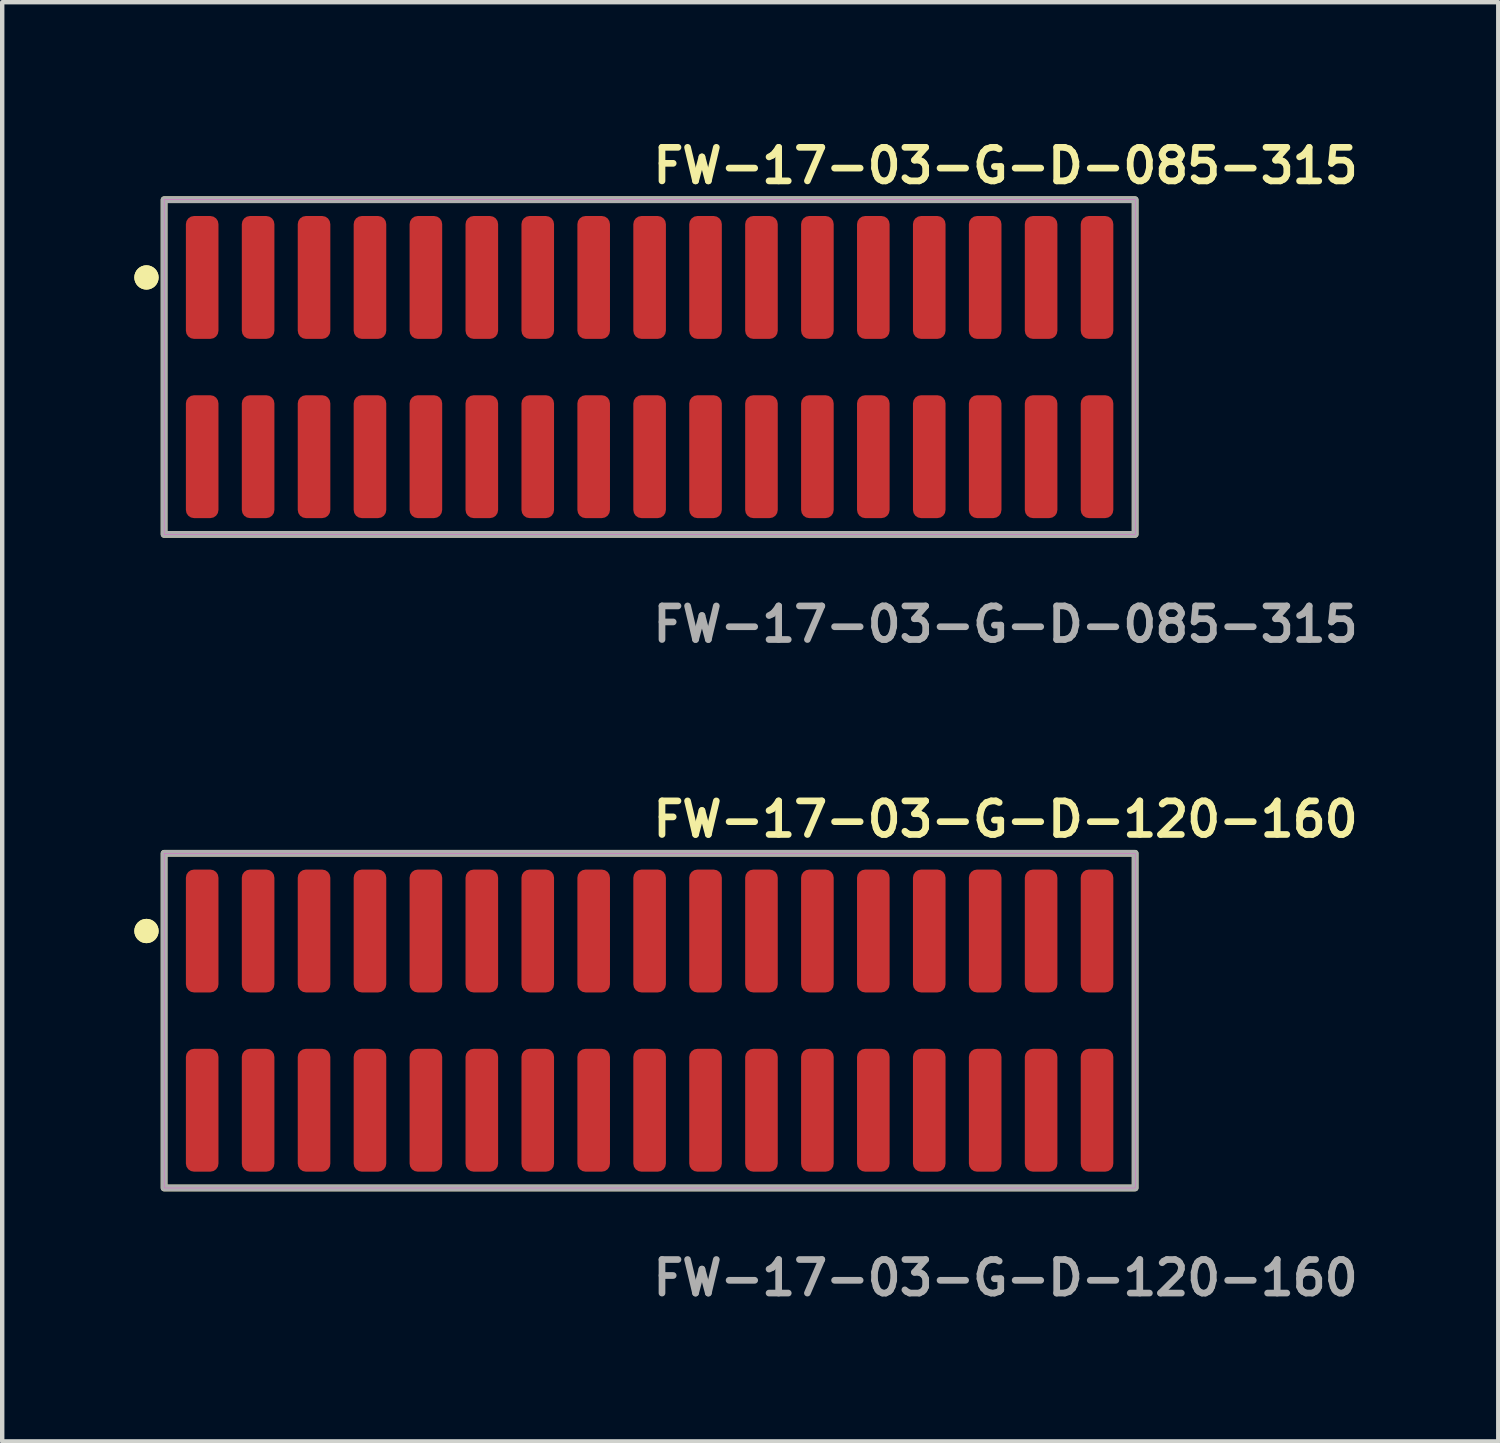
<source format=kicad_pcb>
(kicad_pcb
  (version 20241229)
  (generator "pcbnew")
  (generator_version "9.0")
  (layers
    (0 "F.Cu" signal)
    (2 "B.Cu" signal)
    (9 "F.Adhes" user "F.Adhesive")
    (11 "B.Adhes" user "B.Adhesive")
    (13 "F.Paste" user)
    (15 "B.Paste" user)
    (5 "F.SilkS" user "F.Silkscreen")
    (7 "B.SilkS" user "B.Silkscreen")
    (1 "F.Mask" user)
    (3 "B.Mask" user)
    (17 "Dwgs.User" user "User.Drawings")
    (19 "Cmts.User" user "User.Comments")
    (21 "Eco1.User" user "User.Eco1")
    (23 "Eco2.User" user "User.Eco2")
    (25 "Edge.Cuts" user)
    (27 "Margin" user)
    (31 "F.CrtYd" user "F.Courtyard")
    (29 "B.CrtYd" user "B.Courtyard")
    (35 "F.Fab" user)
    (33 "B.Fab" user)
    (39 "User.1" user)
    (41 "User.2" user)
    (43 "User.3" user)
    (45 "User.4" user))
  (footprint "FW-17-03-G-D-085-315"
    (layer "F.Cu")
    (at 11.701 5.285)
    (property "Reference" "FW-17-03-G-D-085-315" (at 0 -4.572 0) (unlocked yes) (layer "F.SilkS") (effects (font (size 0.762 0.762) (thickness 0.152)) (justify left)))
    (fp_rect (start -11.025 3.8) (end 11.025 -3.8) (stroke (width 0.152) (type solid)) (fill no) (layer "F.SilkS"))
    (fp_circle (center -11.425 -2.035) (end -11.625 -2.035) (stroke (width 0.152) (type solid)) (fill yes) (layer "F.SilkS"))
    (fp_circle (center -11.425 -2.035) (end -11.625 -2.035) (stroke (width 0.152) (type solid)) (fill yes) (layer "F.SilkS"))
    (fp_rect (start -11.025 3.8) (end 11.025 -3.8) (stroke (width 0.006) (type solid)) (fill no) (layer "F.CrtYd"))
    (fp_rect (start -11.025 3.8) (end 11.025 -3.8) (stroke (width 0.152) (type solid)) (fill no) (layer "F.Fab"))
    (fp_text user "${REFERENCE}" (at 0 5.842 0) (unlocked yes) (layer "F.Fab") (effects (font (size 0.762 0.762) (thickness 0.152)) (justify left)))
    (pad "1" smd roundrect (at -10.16 -2.035) (size 0.74 2.79) (layers "F.Cu" "F.Paste") (roundrect_rratio 0.25))
    (pad "2" smd roundrect (at -10.16 2.035) (size 0.74 2.79) (layers "F.Cu" "F.Paste") (roundrect_rratio 0.25))
    (pad "3" smd roundrect (at -8.89 -2.035) (size 0.74 2.79) (layers "F.Cu" "F.Paste") (roundrect_rratio 0.25))
    (pad "4" smd roundrect (at -8.89 2.035) (size 0.74 2.79) (layers "F.Cu" "F.Paste") (roundrect_rratio 0.25))
    (pad "5" smd roundrect (at -7.62 -2.035) (size 0.74 2.79) (layers "F.Cu" "F.Paste") (roundrect_rratio 0.25))
    (pad "6" smd roundrect (at -7.62 2.035) (size 0.74 2.79) (layers "F.Cu" "F.Paste") (roundrect_rratio 0.25))
    (pad "7" smd roundrect (at -6.35 -2.035) (size 0.74 2.79) (layers "F.Cu" "F.Paste") (roundrect_rratio 0.25))
    (pad "8" smd roundrect (at -6.35 2.035) (size 0.74 2.79) (layers "F.Cu" "F.Paste") (roundrect_rratio 0.25))
    (pad "9" smd roundrect (at -5.08 -2.035) (size 0.74 2.79) (layers "F.Cu" "F.Paste") (roundrect_rratio 0.25))
    (pad "10" smd roundrect (at -5.08 2.035) (size 0.74 2.79) (layers "F.Cu" "F.Paste") (roundrect_rratio 0.25))
    (pad "11" smd roundrect (at -3.81 -2.035) (size 0.74 2.79) (layers "F.Cu" "F.Paste") (roundrect_rratio 0.25))
    (pad "12" smd roundrect (at -3.81 2.035) (size 0.74 2.79) (layers "F.Cu" "F.Paste") (roundrect_rratio 0.25))
    (pad "13" smd roundrect (at -2.54 -2.035) (size 0.74 2.79) (layers "F.Cu" "F.Paste") (roundrect_rratio 0.25))
    (pad "14" smd roundrect (at -2.54 2.035) (size 0.74 2.79) (layers "F.Cu" "F.Paste") (roundrect_rratio 0.25))
    (pad "15" smd roundrect (at -1.27 -2.035) (size 0.74 2.79) (layers "F.Cu" "F.Paste") (roundrect_rratio 0.25))
    (pad "16" smd roundrect (at -1.27 2.035) (size 0.74 2.79) (layers "F.Cu" "F.Paste") (roundrect_rratio 0.25))
    (pad "17" smd roundrect (at 0 -2.035) (size 0.74 2.79) (layers "F.Cu" "F.Paste") (roundrect_rratio 0.25))
    (pad "18" smd roundrect (at 0 2.035) (size 0.74 2.79) (layers "F.Cu" "F.Paste") (roundrect_rratio 0.25))
    (pad "19" smd roundrect (at 1.27 -2.035) (size 0.74 2.79) (layers "F.Cu" "F.Paste") (roundrect_rratio 0.25))
    (pad "20" smd roundrect (at 1.27 2.035) (size 0.74 2.79) (layers "F.Cu" "F.Paste") (roundrect_rratio 0.25))
    (pad "21" smd roundrect (at 2.54 -2.035) (size 0.74 2.79) (layers "F.Cu" "F.Paste") (roundrect_rratio 0.25))
    (pad "22" smd roundrect (at 2.54 2.035) (size 0.74 2.79) (layers "F.Cu" "F.Paste") (roundrect_rratio 0.25))
    (pad "23" smd roundrect (at 3.81 -2.035) (size 0.74 2.79) (layers "F.Cu" "F.Paste") (roundrect_rratio 0.25))
    (pad "24" smd roundrect (at 3.81 2.035) (size 0.74 2.79) (layers "F.Cu" "F.Paste") (roundrect_rratio 0.25))
    (pad "25" smd roundrect (at 5.08 -2.035) (size 0.74 2.79) (layers "F.Cu" "F.Paste") (roundrect_rratio 0.25))
    (pad "26" smd roundrect (at 5.08 2.035) (size 0.74 2.79) (layers "F.Cu" "F.Paste") (roundrect_rratio 0.25))
    (pad "27" smd roundrect (at 6.35 -2.035) (size 0.74 2.79) (layers "F.Cu" "F.Paste") (roundrect_rratio 0.25))
    (pad "28" smd roundrect (at 6.35 2.035) (size 0.74 2.79) (layers "F.Cu" "F.Paste") (roundrect_rratio 0.25))
    (pad "29" smd roundrect (at 7.62 -2.035) (size 0.74 2.79) (layers "F.Cu" "F.Paste") (roundrect_rratio 0.25))
    (pad "30" smd roundrect (at 7.62 2.035) (size 0.74 2.79) (layers "F.Cu" "F.Paste") (roundrect_rratio 0.25))
    (pad "31" smd roundrect (at 8.89 -2.035) (size 0.74 2.79) (layers "F.Cu" "F.Paste") (roundrect_rratio 0.25))
    (pad "32" smd roundrect (at 8.89 2.035) (size 0.74 2.79) (layers "F.Cu" "F.Paste") (roundrect_rratio 0.25))
    (pad "33" smd roundrect (at 10.16 -2.035) (size 0.74 2.79) (layers "F.Cu" "F.Paste") (roundrect_rratio 0.25))
    (pad "34" smd roundrect (at 10.16 2.035) (size 0.74 2.79) (layers "F.Cu" "F.Paste") (roundrect_rratio 0.25)))
  (footprint "FW-17-03-G-D-120-160"
    (layer "F.Cu")
    (at 11.701 20.126)
    (property "Reference" "FW-17-03-G-D-120-160" (at 0 -4.572 0) (unlocked yes) (layer "F.SilkS") (effects (font (size 0.762 0.762) (thickness 0.152)) (justify left)))
    (fp_rect (start -11.025 3.8) (end 11.025 -3.8) (stroke (width 0.152) (type solid)) (fill no) (layer "F.SilkS"))
    (fp_circle (center -11.425 -2.035) (end -11.625 -2.035) (stroke (width 0.152) (type solid)) (fill yes) (layer "F.SilkS"))
    (fp_circle (center -11.425 -2.035) (end -11.625 -2.035) (stroke (width 0.152) (type solid)) (fill yes) (layer "F.SilkS"))
    (fp_rect (start -11.025 3.8) (end 11.025 -3.8) (stroke (width 0.006) (type solid)) (fill no) (layer "F.CrtYd"))
    (fp_rect (start -11.025 3.8) (end 11.025 -3.8) (stroke (width 0.152) (type solid)) (fill no) (layer "F.Fab"))
    (fp_text user "${REFERENCE}" (at 0 5.842 0) (unlocked yes) (layer "F.Fab") (effects (font (size 0.762 0.762) (thickness 0.152)) (justify left)))
    (pad "1" smd roundrect (at -10.16 -2.035) (size 0.74 2.79) (layers "F.Cu" "F.Paste") (roundrect_rratio 0.25))
    (pad "2" smd roundrect (at -10.16 2.035) (size 0.74 2.79) (layers "F.Cu" "F.Paste") (roundrect_rratio 0.25))
    (pad "3" smd roundrect (at -8.89 -2.035) (size 0.74 2.79) (layers "F.Cu" "F.Paste") (roundrect_rratio 0.25))
    (pad "4" smd roundrect (at -8.89 2.035) (size 0.74 2.79) (layers "F.Cu" "F.Paste") (roundrect_rratio 0.25))
    (pad "5" smd roundrect (at -7.62 -2.035) (size 0.74 2.79) (layers "F.Cu" "F.Paste") (roundrect_rratio 0.25))
    (pad "6" smd roundrect (at -7.62 2.035) (size 0.74 2.79) (layers "F.Cu" "F.Paste") (roundrect_rratio 0.25))
    (pad "7" smd roundrect (at -6.35 -2.035) (size 0.74 2.79) (layers "F.Cu" "F.Paste") (roundrect_rratio 0.25))
    (pad "8" smd roundrect (at -6.35 2.035) (size 0.74 2.79) (layers "F.Cu" "F.Paste") (roundrect_rratio 0.25))
    (pad "9" smd roundrect (at -5.08 -2.035) (size 0.74 2.79) (layers "F.Cu" "F.Paste") (roundrect_rratio 0.25))
    (pad "10" smd roundrect (at -5.08 2.035) (size 0.74 2.79) (layers "F.Cu" "F.Paste") (roundrect_rratio 0.25))
    (pad "11" smd roundrect (at -3.81 -2.035) (size 0.74 2.79) (layers "F.Cu" "F.Paste") (roundrect_rratio 0.25))
    (pad "12" smd roundrect (at -3.81 2.035) (size 0.74 2.79) (layers "F.Cu" "F.Paste") (roundrect_rratio 0.25))
    (pad "13" smd roundrect (at -2.54 -2.035) (size 0.74 2.79) (layers "F.Cu" "F.Paste") (roundrect_rratio 0.25))
    (pad "14" smd roundrect (at -2.54 2.035) (size 0.74 2.79) (layers "F.Cu" "F.Paste") (roundrect_rratio 0.25))
    (pad "15" smd roundrect (at -1.27 -2.035) (size 0.74 2.79) (layers "F.Cu" "F.Paste") (roundrect_rratio 0.25))
    (pad "16" smd roundrect (at -1.27 2.035) (size 0.74 2.79) (layers "F.Cu" "F.Paste") (roundrect_rratio 0.25))
    (pad "17" smd roundrect (at 0 -2.035) (size 0.74 2.79) (layers "F.Cu" "F.Paste") (roundrect_rratio 0.25))
    (pad "18" smd roundrect (at 0 2.035) (size 0.74 2.79) (layers "F.Cu" "F.Paste") (roundrect_rratio 0.25))
    (pad "19" smd roundrect (at 1.27 -2.035) (size 0.74 2.79) (layers "F.Cu" "F.Paste") (roundrect_rratio 0.25))
    (pad "20" smd roundrect (at 1.27 2.035) (size 0.74 2.79) (layers "F.Cu" "F.Paste") (roundrect_rratio 0.25))
    (pad "21" smd roundrect (at 2.54 -2.035) (size 0.74 2.79) (layers "F.Cu" "F.Paste") (roundrect_rratio 0.25))
    (pad "22" smd roundrect (at 2.54 2.035) (size 0.74 2.79) (layers "F.Cu" "F.Paste") (roundrect_rratio 0.25))
    (pad "23" smd roundrect (at 3.81 -2.035) (size 0.74 2.79) (layers "F.Cu" "F.Paste") (roundrect_rratio 0.25))
    (pad "24" smd roundrect (at 3.81 2.035) (size 0.74 2.79) (layers "F.Cu" "F.Paste") (roundrect_rratio 0.25))
    (pad "25" smd roundrect (at 5.08 -2.035) (size 0.74 2.79) (layers "F.Cu" "F.Paste") (roundrect_rratio 0.25))
    (pad "26" smd roundrect (at 5.08 2.035) (size 0.74 2.79) (layers "F.Cu" "F.Paste") (roundrect_rratio 0.25))
    (pad "27" smd roundrect (at 6.35 -2.035) (size 0.74 2.79) (layers "F.Cu" "F.Paste") (roundrect_rratio 0.25))
    (pad "28" smd roundrect (at 6.35 2.035) (size 0.74 2.79) (layers "F.Cu" "F.Paste") (roundrect_rratio 0.25))
    (pad "29" smd roundrect (at 7.62 -2.035) (size 0.74 2.79) (layers "F.Cu" "F.Paste") (roundrect_rratio 0.25))
    (pad "30" smd roundrect (at 7.62 2.035) (size 0.74 2.79) (layers "F.Cu" "F.Paste") (roundrect_rratio 0.25))
    (pad "31" smd roundrect (at 8.89 -2.035) (size 0.74 2.79) (layers "F.Cu" "F.Paste") (roundrect_rratio 0.25))
    (pad "32" smd roundrect (at 8.89 2.035) (size 0.74 2.79) (layers "F.Cu" "F.Paste") (roundrect_rratio 0.25))
    (pad "33" smd roundrect (at 10.16 -2.035) (size 0.74 2.79) (layers "F.Cu" "F.Paste") (roundrect_rratio 0.25))
    (pad "34" smd roundrect (at 10.16 2.035) (size 0.74 2.79) (layers "F.Cu" "F.Paste") (roundrect_rratio 0.25)))
  (gr_rect
    (start -3 -3)
    (end 30.972 29.681)
    (stroke (width 0.1) (type default))
    (fill no)
    (layer "Edge.Cuts")))
</source>
